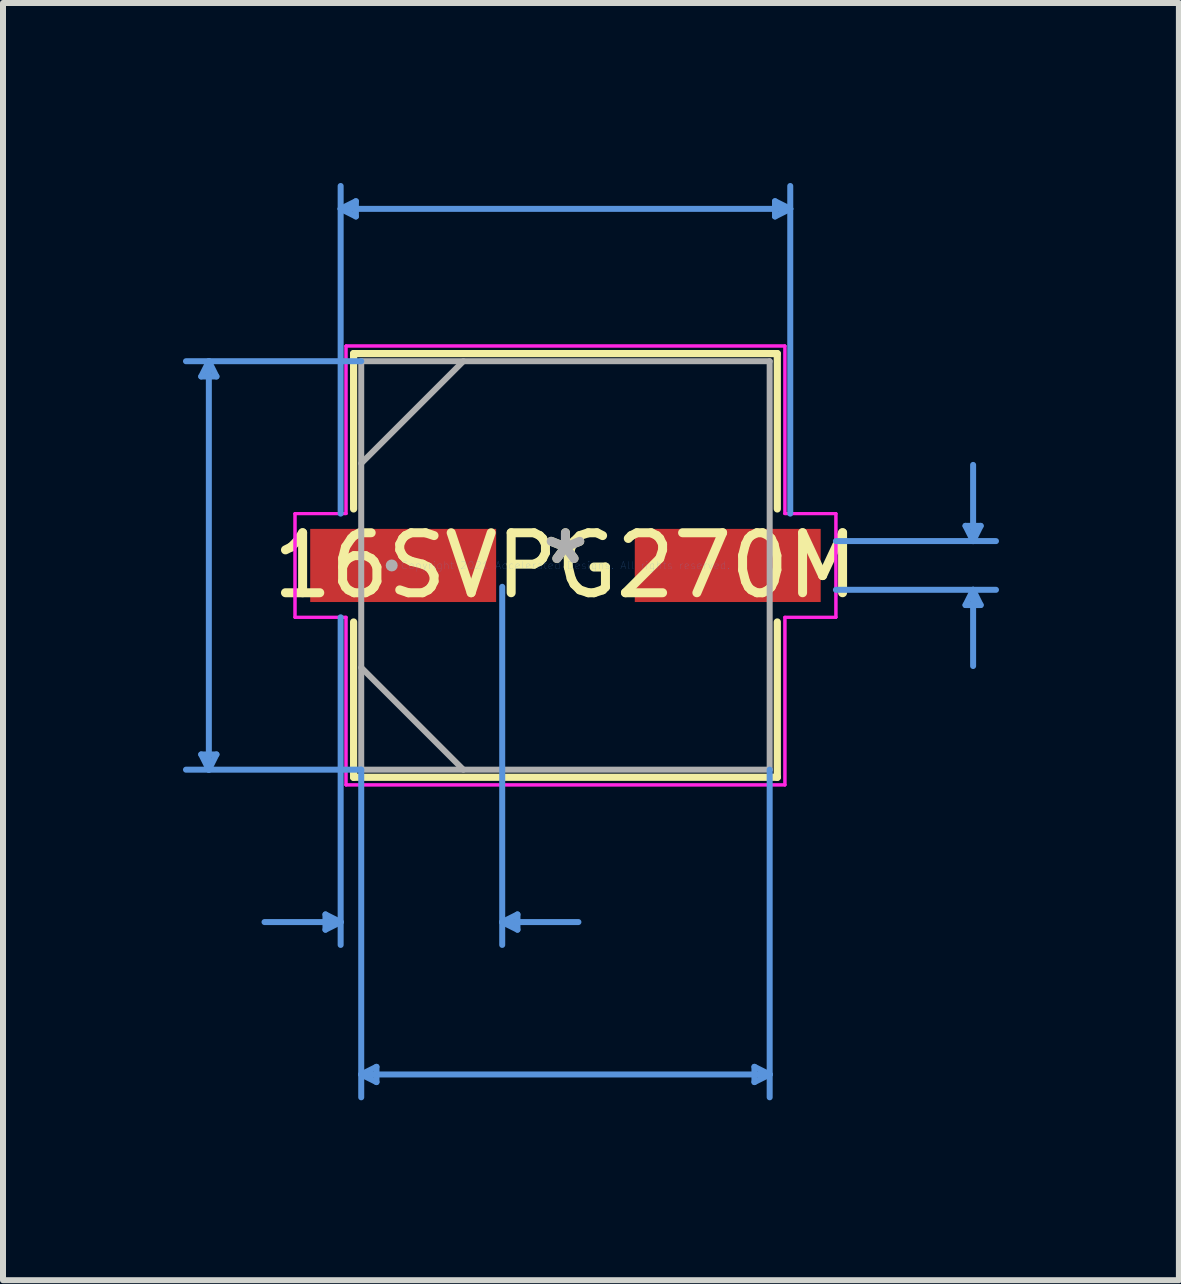
<source format=kicad_pcb>
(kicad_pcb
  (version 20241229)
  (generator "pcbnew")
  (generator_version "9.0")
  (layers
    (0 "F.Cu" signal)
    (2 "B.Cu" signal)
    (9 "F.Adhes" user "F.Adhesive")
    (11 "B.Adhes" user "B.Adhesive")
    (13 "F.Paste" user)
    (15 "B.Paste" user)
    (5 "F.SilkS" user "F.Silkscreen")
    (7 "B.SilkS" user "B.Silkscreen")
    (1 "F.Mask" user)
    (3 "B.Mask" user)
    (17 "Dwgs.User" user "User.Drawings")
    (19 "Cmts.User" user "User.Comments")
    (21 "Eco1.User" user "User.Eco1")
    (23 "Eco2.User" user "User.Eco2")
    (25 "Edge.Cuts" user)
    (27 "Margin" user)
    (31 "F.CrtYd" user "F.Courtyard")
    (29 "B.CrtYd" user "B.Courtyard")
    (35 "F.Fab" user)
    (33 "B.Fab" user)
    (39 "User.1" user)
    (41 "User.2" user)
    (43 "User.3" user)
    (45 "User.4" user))
  (footprint "16SVPG270M"
    (layer "F.Cu")
    (at 6.375 6.375)
    (property "Reference" "16SVPG270M" (at 0 0 0) (layer "F.SilkS") (effects (font (size 1 1) (thickness 0.15))))
    (attr through_hole)
    (fp_line (start -3.531 -3.531) (end -3.531 -0.942) (stroke (width 0.12) (type solid)) (layer "F.SilkS"))
    (fp_line (start -3.531 0.942) (end -3.531 3.531) (stroke (width 0.12) (type solid)) (layer "F.SilkS"))
    (fp_line (start -3.531 3.531) (end 3.531 3.531) (stroke (width 0.12) (type solid)) (layer "F.SilkS"))
    (fp_line (start 3.531 -3.531) (end -3.531 -3.531) (stroke (width 0.12) (type solid)) (layer "F.SilkS"))
    (fp_line (start 3.531 -0.942) (end 3.531 -3.531) (stroke (width 0.12) (type solid)) (layer "F.SilkS"))
    (fp_line (start 3.531 3.531) (end 3.531 0.942) (stroke (width 0.12) (type solid)) (layer "F.SilkS"))
    (fp_line (start -6.071 -3.15) (end -5.817 -3.15) (stroke (width 0.1) (type solid)) (layer "Cmts.User"))
    (fp_line (start -6.071 3.15) (end -5.817 3.15) (stroke (width 0.1) (type solid)) (layer "Cmts.User"))
    (fp_line (start -5.944 -3.404) (end -6.071 -3.15) (stroke (width 0.1) (type solid)) (layer "Cmts.User"))
    (fp_line (start -5.944 -3.404) (end -5.944 3.404) (stroke (width 0.1) (type solid)) (layer "Cmts.User"))
    (fp_line (start -5.944 -3.404) (end -5.817 -3.15) (stroke (width 0.1) (type solid)) (layer "Cmts.User"))
    (fp_line (start -5.944 3.404) (end -6.071 3.15) (stroke (width 0.1) (type solid)) (layer "Cmts.User"))
    (fp_line (start -5.944 3.404) (end -5.817 3.15) (stroke (width 0.1) (type solid)) (layer "Cmts.User"))
    (fp_line (start -4 5.817) (end -4 6.071) (stroke (width 0.1) (type solid)) (layer "Cmts.User"))
    (fp_line (start -3.747 -5.944) (end -3.493 -6.071) (stroke (width 0.1) (type solid)) (layer "Cmts.User"))
    (fp_line (start -3.747 -5.944) (end -3.493 -5.817) (stroke (width 0.1) (type solid)) (layer "Cmts.User"))
    (fp_line (start -3.747 -5.944) (end 3.747 -5.944) (stroke (width 0.1) (type solid)) (layer "Cmts.User"))
    (fp_line (start -3.747 -0.864) (end -3.747 -6.325) (stroke (width 0.1) (type solid)) (layer "Cmts.User"))
    (fp_line (start -3.747 0.864) (end -3.747 6.325) (stroke (width 0.1) (type solid)) (layer "Cmts.User"))
    (fp_line (start -3.747 5.944) (end -5.016 5.944) (stroke (width 0.1) (type solid)) (layer "Cmts.User"))
    (fp_line (start -3.747 5.944) (end -4 5.817) (stroke (width 0.1) (type solid)) (layer "Cmts.User"))
    (fp_line (start -3.747 5.944) (end -4 6.071) (stroke (width 0.1) (type solid)) (layer "Cmts.User"))
    (fp_line (start -3.493 -6.071) (end -3.493 -5.817) (stroke (width 0.1) (type solid)) (layer "Cmts.User"))
    (fp_line (start -3.404 -3.404) (end -6.325 -3.404) (stroke (width 0.1) (type solid)) (layer "Cmts.User"))
    (fp_line (start -3.404 3.404) (end -6.325 3.404) (stroke (width 0.1) (type solid)) (layer "Cmts.User"))
    (fp_line (start -3.404 3.404) (end -3.404 8.865) (stroke (width 0.1) (type solid)) (layer "Cmts.User"))
    (fp_line (start -3.404 8.484) (end -3.15 8.357) (stroke (width 0.1) (type solid)) (layer "Cmts.User"))
    (fp_line (start -3.404 8.484) (end -3.15 8.611) (stroke (width 0.1) (type solid)) (layer "Cmts.User"))
    (fp_line (start -3.404 8.484) (end 3.404 8.484) (stroke (width 0.1) (type solid)) (layer "Cmts.User"))
    (fp_line (start -3.15 8.357) (end -3.15 8.611) (stroke (width 0.1) (type solid)) (layer "Cmts.User"))
    (fp_line (start -1.054 0.356) (end -1.054 6.325) (stroke (width 0.1) (type solid)) (layer "Cmts.User"))
    (fp_line (start -1.054 5.944) (end -0.8 5.817) (stroke (width 0.1) (type solid)) (layer "Cmts.User"))
    (fp_line (start -1.054 5.944) (end -0.8 6.071) (stroke (width 0.1) (type solid)) (layer "Cmts.User"))
    (fp_line (start -1.054 5.944) (end 0.216 5.944) (stroke (width 0.1) (type solid)) (layer "Cmts.User"))
    (fp_line (start -0.8 5.817) (end -0.8 6.071) (stroke (width 0.1) (type solid)) (layer "Cmts.User"))
    (fp_line (start 3.15 8.357) (end 3.15 8.611) (stroke (width 0.1) (type solid)) (layer "Cmts.User"))
    (fp_line (start 3.404 3.404) (end 3.404 8.865) (stroke (width 0.1) (type solid)) (layer "Cmts.User"))
    (fp_line (start 3.404 8.484) (end 3.15 8.357) (stroke (width 0.1) (type solid)) (layer "Cmts.User"))
    (fp_line (start 3.404 8.484) (end 3.15 8.611) (stroke (width 0.1) (type solid)) (layer "Cmts.User"))
    (fp_line (start 3.493 -6.071) (end 3.493 -5.817) (stroke (width 0.1) (type solid)) (layer "Cmts.User"))
    (fp_line (start 3.747 -5.944) (end 3.493 -6.071) (stroke (width 0.1) (type solid)) (layer "Cmts.User"))
    (fp_line (start 3.747 -5.944) (end 3.493 -5.817) (stroke (width 0.1) (type solid)) (layer "Cmts.User"))
    (fp_line (start 3.747 -0.864) (end 3.747 -6.325) (stroke (width 0.1) (type solid)) (layer "Cmts.User"))
    (fp_line (start 4.508 -0.406) (end 7.176 -0.406) (stroke (width 0.1) (type solid)) (layer "Cmts.User"))
    (fp_line (start 4.508 0.406) (end 7.176 0.406) (stroke (width 0.1) (type solid)) (layer "Cmts.User"))
    (fp_line (start 6.668 -0.66) (end 6.921 -0.66) (stroke (width 0.1) (type solid)) (layer "Cmts.User"))
    (fp_line (start 6.668 0.66) (end 6.921 0.66) (stroke (width 0.1) (type solid)) (layer "Cmts.User"))
    (fp_line (start 6.795 -0.406) (end 6.668 -0.66) (stroke (width 0.1) (type solid)) (layer "Cmts.User"))
    (fp_line (start 6.795 -0.406) (end 6.795 -1.676) (stroke (width 0.1) (type solid)) (layer "Cmts.User"))
    (fp_line (start 6.795 -0.406) (end 6.921 -0.66) (stroke (width 0.1) (type solid)) (layer "Cmts.User"))
    (fp_line (start 6.795 0.406) (end 6.668 0.66) (stroke (width 0.1) (type solid)) (layer "Cmts.User"))
    (fp_line (start 6.795 0.406) (end 6.795 1.676) (stroke (width 0.1) (type solid)) (layer "Cmts.User"))
    (fp_line (start 6.795 0.406) (end 6.921 0.66) (stroke (width 0.1) (type solid)) (layer "Cmts.User"))
    (fp_line (start -4.508 -0.864) (end -3.658 -0.864) (stroke (width 0.05) (type solid)) (layer "F.CrtYd"))
    (fp_line (start -4.508 -0.864) (end -3.658 -0.864) (stroke (width 0.05) (type solid)) (layer "F.CrtYd"))
    (fp_line (start -4.508 0.864) (end -4.508 -0.864) (stroke (width 0.05) (type solid)) (layer "F.CrtYd"))
    (fp_line (start -4.508 0.864) (end -4.508 -0.864) (stroke (width 0.05) (type solid)) (layer "F.CrtYd"))
    (fp_line (start -3.658 -3.658) (end 3.658 -3.658) (stroke (width 0.05) (type solid)) (layer "F.CrtYd"))
    (fp_line (start -3.658 -3.658) (end 3.658 -3.658) (stroke (width 0.05) (type solid)) (layer "F.CrtYd"))
    (fp_line (start -3.658 -0.864) (end -3.658 -3.658) (stroke (width 0.05) (type solid)) (layer "F.CrtYd"))
    (fp_line (start -3.658 -0.864) (end -3.658 -3.658) (stroke (width 0.05) (type solid)) (layer "F.CrtYd"))
    (fp_line (start -3.658 0.864) (end -4.508 0.864) (stroke (width 0.05) (type solid)) (layer "F.CrtYd"))
    (fp_line (start -3.658 0.864) (end -4.508 0.864) (stroke (width 0.05) (type solid)) (layer "F.CrtYd"))
    (fp_line (start -3.658 3.658) (end -3.658 0.864) (stroke (width 0.05) (type solid)) (layer "F.CrtYd"))
    (fp_line (start -3.658 3.658) (end -3.658 0.864) (stroke (width 0.05) (type solid)) (layer "F.CrtYd"))
    (fp_line (start 3.658 -3.658) (end 3.658 -0.864) (stroke (width 0.05) (type solid)) (layer "F.CrtYd"))
    (fp_line (start 3.658 -3.658) (end 3.658 -0.864) (stroke (width 0.05) (type solid)) (layer "F.CrtYd"))
    (fp_line (start 3.658 -0.864) (end 4.508 -0.864) (stroke (width 0.05) (type solid)) (layer "F.CrtYd"))
    (fp_line (start 3.658 -0.864) (end 4.508 -0.864) (stroke (width 0.05) (type solid)) (layer "F.CrtYd"))
    (fp_line (start 3.658 0.864) (end 3.658 3.658) (stroke (width 0.05) (type solid)) (layer "F.CrtYd"))
    (fp_line (start 3.658 0.864) (end 3.658 3.658) (stroke (width 0.05) (type solid)) (layer "F.CrtYd"))
    (fp_line (start 3.658 3.658) (end -3.658 3.658) (stroke (width 0.05) (type solid)) (layer "F.CrtYd"))
    (fp_line (start 3.658 3.658) (end -3.658 3.658) (stroke (width 0.05) (type solid)) (layer "F.CrtYd"))
    (fp_line (start 4.508 -0.864) (end 4.508 0.864) (stroke (width 0.05) (type solid)) (layer "F.CrtYd"))
    (fp_line (start 4.508 -0.864) (end 4.508 0.864) (stroke (width 0.05) (type solid)) (layer "F.CrtYd"))
    (fp_line (start 4.508 0.864) (end 3.658 0.864) (stroke (width 0.05) (type solid)) (layer "F.CrtYd"))
    (fp_line (start 4.508 0.864) (end 3.658 0.864) (stroke (width 0.05) (type solid)) (layer "F.CrtYd"))
    (fp_line (start -3.404 -3.404) (end -3.404 3.404) (stroke (width 0.1) (type solid)) (layer "F.Fab"))
    (fp_line (start -3.404 -1.702) (end -1.702 -3.404) (stroke (width 0.1) (type solid)) (layer "F.Fab"))
    (fp_line (start -3.404 1.702) (end -1.702 3.404) (stroke (width 0.1) (type solid)) (layer "F.Fab"))
    (fp_line (start -3.404 3.404) (end 3.404 3.404) (stroke (width 0.1) (type solid)) (layer "F.Fab"))
    (fp_line (start 3.404 -3.404) (end -3.404 -3.404) (stroke (width 0.1) (type solid)) (layer "F.Fab"))
    (fp_line (start 3.404 3.404) (end 3.404 -3.404) (stroke (width 0.1) (type solid)) (layer "F.Fab"))
    (fp_circle (center -2.896 0) (end -2.896 0) (stroke (width 0.1) (type solid)) (fill no) (layer "F.Fab"))
    (fp_text user "*" (at 0 0 0) (layer "F.SilkS") (effects (font (size 1 1) (thickness 0.15))))
    (fp_text user "Copyright 2021 Accelerated Designs. All rights reserved." (at 0 0 0) (layer "Cmts.User") (effects (font (size 0.127 0.127) (thickness 0.002))))
    (fp_text user "*" (at 0 0 0) (layer "F.Fab") (effects (font (size 1 1) (thickness 0.15))))
    (pad "1" smd rect (at -2.705 0) (size 3.099 1.219) (layers "F.Cu" "F.Mask" "F.Paste"))
    (pad "2" smd rect (at 2.705 0) (size 3.099 1.219) (layers "F.Cu" "F.Mask" "F.Paste")))
  (gr_rect
    (start -3 -3)
    (end 16.6 18.289)
    (stroke (width 0.1) (type default))
    (fill no)
    (layer "Edge.Cuts")))
</source>
